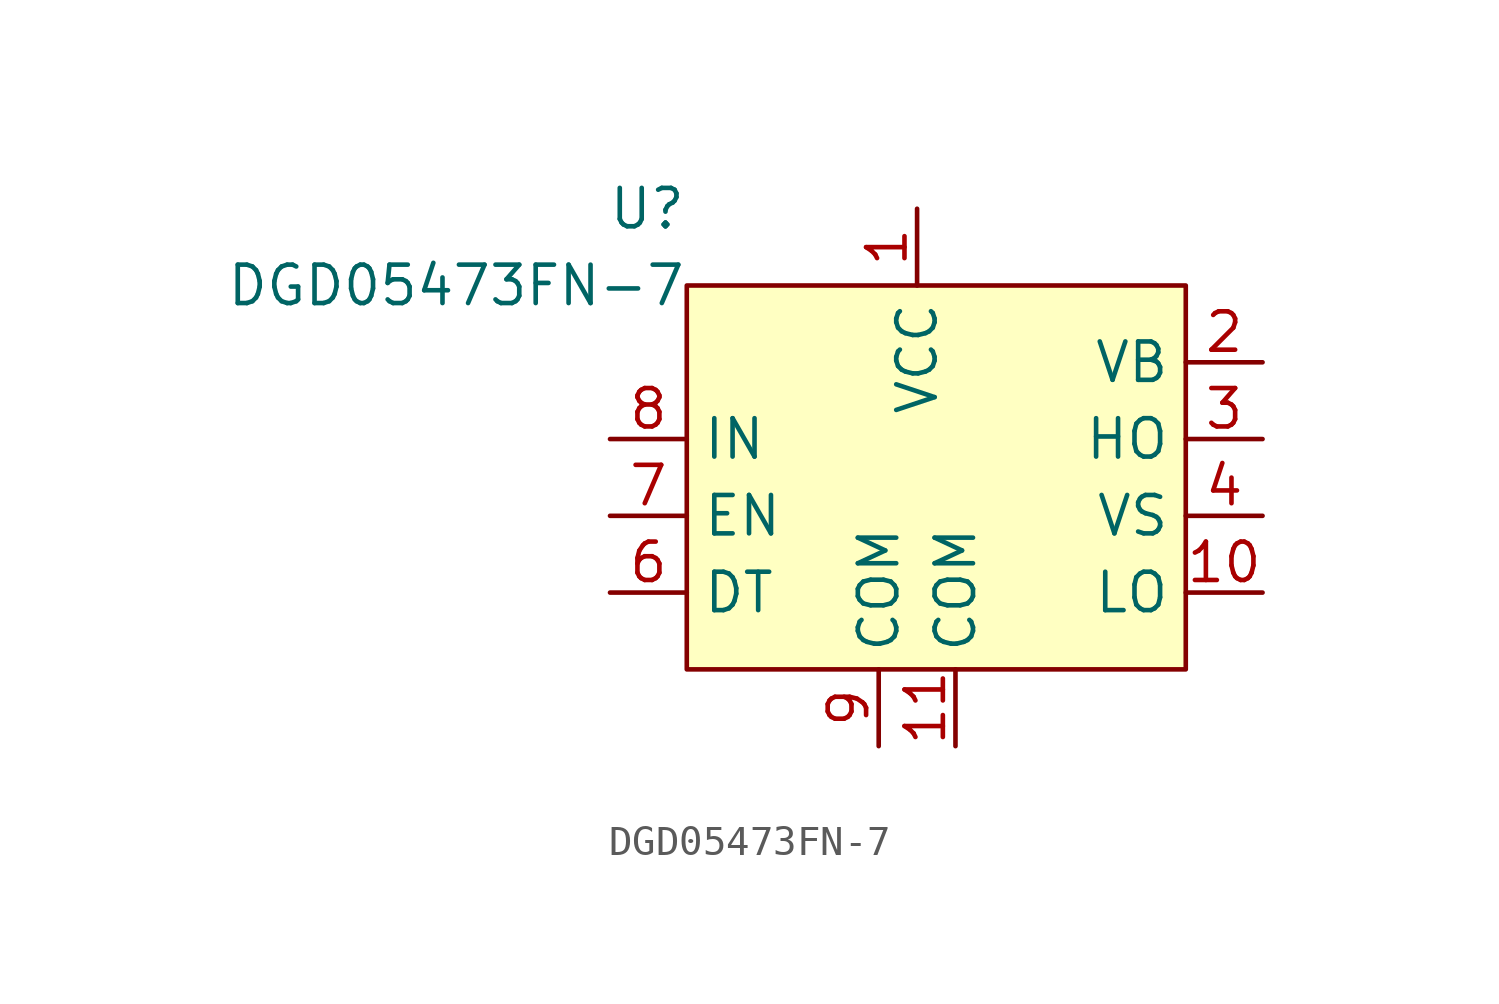
<source format=kicad_sym>
(kicad_symbol_lib
  (version 20211014)
  (generator kicad_symbol_editor)
  (symbol "DGD05473FN-7"
    (property "Reference" "U"
      (at -7.62 8.89 0)
      (effects (font (size 1.27 1.27)) (justify right)))
    (property "Value" "DGD05473FN-7"
      (at -7.62 6.35 0)
      (effects (font (size 1.27 1.27)) (justify right)))
    (symbol "DGD05473FN-7_0_0"
      (pin power_in line (at 0 8.89 270) (length 2.54) (name "VCC" (effects (font (size 1.27 1.27)))) (number "1" (effects (font (size 1.27 1.27)))))
      (pin output line (at 11.43 -3.81 180) (length 2.54) (name "LO" (effects (font (size 1.27 1.27)))) (number "10" (effects (font (size 1.27 1.27)))))
      (pin power_in line (at 1.27 -8.89 90) (length 2.54) (name "COM" (effects (font (size 1.27 1.27)))) (number "11" (effects (font (size 1.27 1.27)))))
      (pin output line (at 11.43 3.81 180) (length 2.54) (name "VB" (effects (font (size 1.27 1.27)))) (number "2" (effects (font (size 1.27 1.27)))))
      (pin output line (at 11.43 1.27 180) (length 2.54) (name "HO" (effects (font (size 1.27 1.27)))) (number "3" (effects (font (size 1.27 1.27)))))
      (pin output line (at 11.43 -1.27 180) (length 2.54) (name "VS" (effects (font (size 1.27 1.27)))) (number "4" (effects (font (size 1.27 1.27)))))
      (pin no_connect line (at -1.27 3.81 180) (length 2.54) hide (name "NC" (effects (font (size 1.27 1.27)))) (number "5" (effects (font (size 1.27 1.27)))))
      (pin input line (at -10.16 -3.81 0) (length 2.54) (name "DT" (effects (font (size 1.27 1.27)))) (number "6" (effects (font (size 1.27 1.27)))))
      (pin input line (at -10.16 -1.27 0) (length 2.54) (name "EN" (effects (font (size 1.27 1.27)))) (number "7" (effects (font (size 1.27 1.27)))))
      (pin input line (at -10.16 1.27 0) (length 2.54) (name "IN" (effects (font (size 1.27 1.27)))) (number "8" (effects (font (size 1.27 1.27)))))
      (pin power_in line (at -1.27 -8.89 90) (length 2.54) (name "COM" (effects (font (size 1.27 1.27)))) (number "9" (effects (font (size 1.27 1.27))))))
    (symbol "DGD05473FN-7_0_1"
      (rectangle (start -7.62 6.35) (end 8.89 -6.35) (stroke (width 0) (type default) (color 0 0 0 0)) (fill (type background))))))
</source>
